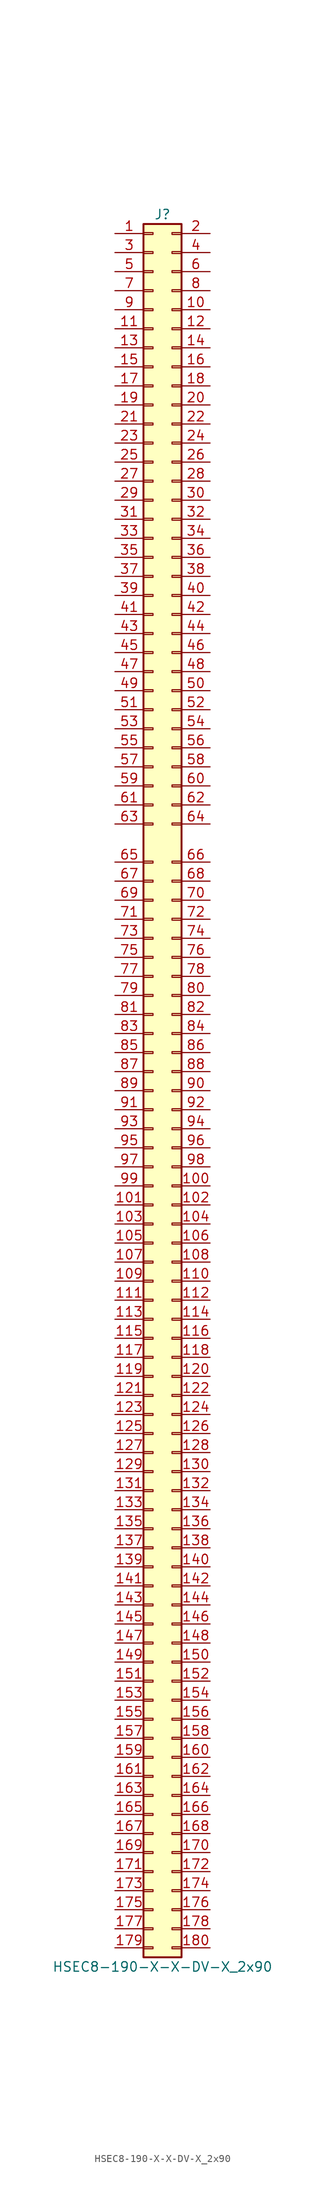
<source format=kicad_sym>
(kicad_symbol_lib
  (version 20231120)
  (generator "kicad_symbol_editor")
  (generator_version "8.0")
  (symbol "HSEC8-190-X-X-DV-X_2x90"
    (pin_names
      (offset 1.016) hide)
    (property "Reference" "J"
      (at 1.27 116.84 0)
      (effects (font (size 1.27 1.27))))
    (property "Value" "HSEC8-190-X-X-DV-X_2x90"
      (at 1.27 -116.84 0)
      (effects (font (size 1.27 1.27))))
    (property "ki_locked" ""
      (at 0 0 0)
      (effects (font (size 1.27 1.27))))
    (symbol "HSEC8-190-X-X-DV-X_2x90_1_1"
      (rectangle (start -1.27 -114.173) (end 0 -114.427) (stroke (width 0.152) (type default)) (fill (type none)))
      (rectangle (start -1.27 -111.633) (end 0 -111.887) (stroke (width 0.152) (type default)) (fill (type none)))
      (rectangle (start -1.27 -109.093) (end 0 -109.347) (stroke (width 0.152) (type default)) (fill (type none)))
      (rectangle (start -1.27 -106.553) (end 0 -106.807) (stroke (width 0.152) (type default)) (fill (type none)))
      (rectangle (start -1.27 -104.013) (end 0 -104.267) (stroke (width 0.152) (type default)) (fill (type none)))
      (rectangle (start -1.27 -101.473) (end 0 -101.727) (stroke (width 0.152) (type default)) (fill (type none)))
      (rectangle (start -1.27 -98.933) (end 0 -99.187) (stroke (width 0.152) (type default)) (fill (type none)))
      (rectangle (start -1.27 -96.393) (end 0 -96.647) (stroke (width 0.152) (type default)) (fill (type none)))
      (rectangle (start -1.27 -93.853) (end 0 -94.107) (stroke (width 0.152) (type default)) (fill (type none)))
      (rectangle (start -1.27 -91.313) (end 0 -91.567) (stroke (width 0.152) (type default)) (fill (type none)))
      (rectangle (start -1.27 -88.773) (end 0 -89.027) (stroke (width 0.152) (type default)) (fill (type none)))
      (rectangle (start -1.27 -86.233) (end 0 -86.487) (stroke (width 0.152) (type default)) (fill (type none)))
      (rectangle (start -1.27 -83.693) (end 0 -83.947) (stroke (width 0.152) (type default)) (fill (type none)))
      (rectangle (start -1.27 -81.153) (end 0 -81.407) (stroke (width 0.152) (type default)) (fill (type none)))
      (rectangle (start -1.27 -78.613) (end 0 -78.867) (stroke (width 0.152) (type default)) (fill (type none)))
      (rectangle (start -1.27 -76.073) (end 0 -76.327) (stroke (width 0.152) (type default)) (fill (type none)))
      (rectangle (start -1.27 -73.533) (end 0 -73.787) (stroke (width 0.152) (type default)) (fill (type none)))
      (rectangle (start -1.27 -70.993) (end 0 -71.247) (stroke (width 0.152) (type default)) (fill (type none)))
      (rectangle (start -1.27 -68.453) (end 0 -68.707) (stroke (width 0.152) (type default)) (fill (type none)))
      (rectangle (start -1.27 -65.913) (end 0 -66.167) (stroke (width 0.152) (type default)) (fill (type none)))
      (rectangle (start -1.27 -63.373) (end 0 -63.627) (stroke (width 0.152) (type default)) (fill (type none)))
      (rectangle (start -1.27 -60.833) (end 0 -61.087) (stroke (width 0.152) (type default)) (fill (type none)))
      (rectangle (start -1.27 -58.293) (end 0 -58.547) (stroke (width 0.152) (type default)) (fill (type none)))
      (rectangle (start -1.27 -55.753) (end 0 -56.007) (stroke (width 0.152) (type default)) (fill (type none)))
      (rectangle (start -1.27 -53.213) (end 0 -53.467) (stroke (width 0.152) (type default)) (fill (type none)))
      (rectangle (start -1.27 -50.673) (end 0 -50.927) (stroke (width 0.152) (type default)) (fill (type none)))
      (rectangle (start -1.27 -48.133) (end 0 -48.387) (stroke (width 0.152) (type default)) (fill (type none)))
      (rectangle (start -1.27 -45.593) (end 0 -45.847) (stroke (width 0.152) (type default)) (fill (type none)))
      (rectangle (start -1.27 -43.053) (end 0 -43.307) (stroke (width 0.152) (type default)) (fill (type none)))
      (rectangle (start -1.27 -40.513) (end 0 -40.767) (stroke (width 0.152) (type default)) (fill (type none)))
      (rectangle (start -1.27 -37.973) (end 0 -38.227) (stroke (width 0.152) (type default)) (fill (type none)))
      (rectangle (start -1.27 -35.433) (end 0 -35.687) (stroke (width 0.152) (type default)) (fill (type none)))
      (rectangle (start -1.27 -32.893) (end 0 -33.147) (stroke (width 0.152) (type default)) (fill (type none)))
      (rectangle (start -1.27 -30.353) (end 0 -30.607) (stroke (width 0.152) (type default)) (fill (type none)))
      (rectangle (start -1.27 -27.813) (end 0 -28.067) (stroke (width 0.152) (type default)) (fill (type none)))
      (rectangle (start -1.27 -25.273) (end 0 -25.527) (stroke (width 0.152) (type default)) (fill (type none)))
      (rectangle (start -1.27 -22.733) (end 0 -22.987) (stroke (width 0.152) (type default)) (fill (type none)))
      (rectangle (start -1.27 -20.193) (end 0 -20.447) (stroke (width 0.152) (type default)) (fill (type none)))
      (rectangle (start -1.27 -17.653) (end 0 -17.907) (stroke (width 0.152) (type default)) (fill (type none)))
      (rectangle (start -1.27 -15.113) (end 0 -15.367) (stroke (width 0.152) (type default)) (fill (type none)))
      (rectangle (start -1.27 -12.573) (end 0 -12.827) (stroke (width 0.152) (type default)) (fill (type none)))
      (rectangle (start -1.27 -10.033) (end 0 -10.287) (stroke (width 0.152) (type default)) (fill (type none)))
      (rectangle (start -1.27 -7.493) (end 0 -7.747) (stroke (width 0.152) (type default)) (fill (type none)))
      (rectangle (start -1.27 -4.953) (end 0 -5.207) (stroke (width 0.152) (type default)) (fill (type none)))
      (rectangle (start -1.27 -2.413) (end 0 -2.667) (stroke (width 0.152) (type default)) (fill (type none)))
      (rectangle (start -1.27 0.127) (end 0 -0.127) (stroke (width 0.152) (type default)) (fill (type none)))
      (rectangle (start -1.27 2.667) (end 0 2.413) (stroke (width 0.152) (type default)) (fill (type none)))
      (rectangle (start -1.27 5.207) (end 0 4.953) (stroke (width 0.152) (type default)) (fill (type none)))
      (rectangle (start -1.27 7.747) (end 0 7.493) (stroke (width 0.152) (type default)) (fill (type none)))
      (rectangle (start -1.27 10.287) (end 0 10.033) (stroke (width 0.152) (type default)) (fill (type none)))
      (rectangle (start -1.27 12.827) (end 0 12.573) (stroke (width 0.152) (type default)) (fill (type none)))
      (rectangle (start -1.27 15.367) (end 0 15.113) (stroke (width 0.152) (type default)) (fill (type none)))
      (rectangle (start -1.27 17.907) (end 0 17.653) (stroke (width 0.152) (type default)) (fill (type none)))
      (rectangle (start -1.27 20.447) (end 0 20.193) (stroke (width 0.152) (type default)) (fill (type none)))
      (rectangle (start -1.27 22.987) (end 0 22.733) (stroke (width 0.152) (type default)) (fill (type none)))
      (rectangle (start -1.27 25.527) (end 0 25.273) (stroke (width 0.152) (type default)) (fill (type none)))
      (rectangle (start -1.27 28.067) (end 0 27.813) (stroke (width 0.152) (type default)) (fill (type none)))
      (rectangle (start -1.27 30.607) (end 0 30.353) (stroke (width 0.152) (type default)) (fill (type none)))
      (rectangle (start -1.27 35.687) (end 0 35.433) (stroke (width 0.152) (type default)) (fill (type none)))
      (rectangle (start -1.27 38.227) (end 0 37.973) (stroke (width 0.152) (type default)) (fill (type none)))
      (rectangle (start -1.27 40.767) (end 0 40.513) (stroke (width 0.152) (type default)) (fill (type none)))
      (rectangle (start -1.27 43.307) (end 0 43.053) (stroke (width 0.152) (type default)) (fill (type none)))
      (rectangle (start -1.27 45.847) (end 0 45.593) (stroke (width 0.152) (type default)) (fill (type none)))
      (rectangle (start -1.27 48.387) (end 0 48.133) (stroke (width 0.152) (type default)) (fill (type none)))
      (rectangle (start -1.27 50.927) (end 0 50.673) (stroke (width 0.152) (type default)) (fill (type none)))
      (rectangle (start -1.27 53.467) (end 0 53.213) (stroke (width 0.152) (type default)) (fill (type none)))
      (rectangle (start -1.27 56.007) (end 0 55.753) (stroke (width 0.152) (type default)) (fill (type none)))
      (rectangle (start -1.27 58.547) (end 0 58.293) (stroke (width 0.152) (type default)) (fill (type none)))
      (rectangle (start -1.27 61.087) (end 0 60.833) (stroke (width 0.152) (type default)) (fill (type none)))
      (rectangle (start -1.27 63.627) (end 0 63.373) (stroke (width 0.152) (type default)) (fill (type none)))
      (rectangle (start -1.27 66.167) (end 0 65.913) (stroke (width 0.152) (type default)) (fill (type none)))
      (rectangle (start -1.27 68.707) (end 0 68.453) (stroke (width 0.152) (type default)) (fill (type none)))
      (rectangle (start -1.27 71.247) (end 0 70.993) (stroke (width 0.152) (type default)) (fill (type none)))
      (rectangle (start -1.27 73.787) (end 0 73.533) (stroke (width 0.152) (type default)) (fill (type none)))
      (rectangle (start -1.27 76.327) (end 0 76.073) (stroke (width 0.152) (type default)) (fill (type none)))
      (rectangle (start -1.27 78.867) (end 0 78.613) (stroke (width 0.152) (type default)) (fill (type none)))
      (rectangle (start -1.27 81.407) (end 0 81.153) (stroke (width 0.152) (type default)) (fill (type none)))
      (rectangle (start -1.27 83.947) (end 0 83.693) (stroke (width 0.152) (type default)) (fill (type none)))
      (rectangle (start -1.27 86.487) (end 0 86.233) (stroke (width 0.152) (type default)) (fill (type none)))
      (rectangle (start -1.27 89.027) (end 0 88.773) (stroke (width 0.152) (type default)) (fill (type none)))
      (rectangle (start -1.27 91.567) (end 0 91.313) (stroke (width 0.152) (type default)) (fill (type none)))
      (rectangle (start -1.27 94.107) (end 0 93.853) (stroke (width 0.152) (type default)) (fill (type none)))
      (rectangle (start -1.27 96.647) (end 0 96.393) (stroke (width 0.152) (type default)) (fill (type none)))
      (rectangle (start -1.27 99.187) (end 0 98.933) (stroke (width 0.152) (type default)) (fill (type none)))
      (rectangle (start -1.27 101.727) (end 0 101.473) (stroke (width 0.152) (type default)) (fill (type none)))
      (rectangle (start -1.27 104.267) (end 0 104.013) (stroke (width 0.152) (type default)) (fill (type none)))
      (rectangle (start -1.27 106.807) (end 0 106.553) (stroke (width 0.152) (type default)) (fill (type none)))
      (rectangle (start -1.27 109.347) (end 0 109.093) (stroke (width 0.152) (type default)) (fill (type none)))
      (rectangle (start -1.27 111.887) (end 0 111.633) (stroke (width 0.152) (type default)) (fill (type none)))
      (rectangle (start -1.27 114.427) (end 0 114.173) (stroke (width 0.152) (type default)) (fill (type none)))
      (rectangle (start -1.27 115.57) (end 3.81 -115.57) (stroke (width 0.254) (type default)) (fill (type background)))
      (rectangle (start 3.81 -114.173) (end 2.54 -114.427) (stroke (width 0.152) (type default)) (fill (type none)))
      (rectangle (start 3.81 -111.633) (end 2.54 -111.887) (stroke (width 0.152) (type default)) (fill (type none)))
      (rectangle (start 3.81 -109.093) (end 2.54 -109.347) (stroke (width 0.152) (type default)) (fill (type none)))
      (rectangle (start 3.81 -106.553) (end 2.54 -106.807) (stroke (width 0.152) (type default)) (fill (type none)))
      (rectangle (start 3.81 -104.013) (end 2.54 -104.267) (stroke (width 0.152) (type default)) (fill (type none)))
      (rectangle (start 3.81 -101.473) (end 2.54 -101.727) (stroke (width 0.152) (type default)) (fill (type none)))
      (rectangle (start 3.81 -98.933) (end 2.54 -99.187) (stroke (width 0.152) (type default)) (fill (type none)))
      (rectangle (start 3.81 -96.393) (end 2.54 -96.647) (stroke (width 0.152) (type default)) (fill (type none)))
      (rectangle (start 3.81 -93.853) (end 2.54 -94.107) (stroke (width 0.152) (type default)) (fill (type none)))
      (rectangle (start 3.81 -91.313) (end 2.54 -91.567) (stroke (width 0.152) (type default)) (fill (type none)))
      (rectangle (start 3.81 -88.773) (end 2.54 -89.027) (stroke (width 0.152) (type default)) (fill (type none)))
      (rectangle (start 3.81 -86.233) (end 2.54 -86.487) (stroke (width 0.152) (type default)) (fill (type none)))
      (rectangle (start 3.81 -83.693) (end 2.54 -83.947) (stroke (width 0.152) (type default)) (fill (type none)))
      (rectangle (start 3.81 -81.153) (end 2.54 -81.407) (stroke (width 0.152) (type default)) (fill (type none)))
      (rectangle (start 3.81 -78.613) (end 2.54 -78.867) (stroke (width 0.152) (type default)) (fill (type none)))
      (rectangle (start 3.81 -76.073) (end 2.54 -76.327) (stroke (width 0.152) (type default)) (fill (type none)))
      (rectangle (start 3.81 -73.533) (end 2.54 -73.787) (stroke (width 0.152) (type default)) (fill (type none)))
      (rectangle (start 3.81 -70.993) (end 2.54 -71.247) (stroke (width 0.152) (type default)) (fill (type none)))
      (rectangle (start 3.81 -68.453) (end 2.54 -68.707) (stroke (width 0.152) (type default)) (fill (type none)))
      (rectangle (start 3.81 -65.913) (end 2.54 -66.167) (stroke (width 0.152) (type default)) (fill (type none)))
      (rectangle (start 3.81 -63.373) (end 2.54 -63.627) (stroke (width 0.152) (type default)) (fill (type none)))
      (rectangle (start 3.81 -60.833) (end 2.54 -61.087) (stroke (width 0.152) (type default)) (fill (type none)))
      (rectangle (start 3.81 -58.293) (end 2.54 -58.547) (stroke (width 0.152) (type default)) (fill (type none)))
      (rectangle (start 3.81 -55.753) (end 2.54 -56.007) (stroke (width 0.152) (type default)) (fill (type none)))
      (rectangle (start 3.81 -53.213) (end 2.54 -53.467) (stroke (width 0.152) (type default)) (fill (type none)))
      (rectangle (start 3.81 -50.673) (end 2.54 -50.927) (stroke (width 0.152) (type default)) (fill (type none)))
      (rectangle (start 3.81 -48.133) (end 2.54 -48.387) (stroke (width 0.152) (type default)) (fill (type none)))
      (rectangle (start 3.81 -45.593) (end 2.54 -45.847) (stroke (width 0.152) (type default)) (fill (type none)))
      (rectangle (start 3.81 -43.053) (end 2.54 -43.307) (stroke (width 0.152) (type default)) (fill (type none)))
      (rectangle (start 3.81 -40.513) (end 2.54 -40.767) (stroke (width 0.152) (type default)) (fill (type none)))
      (rectangle (start 3.81 -37.973) (end 2.54 -38.227) (stroke (width 0.152) (type default)) (fill (type none)))
      (rectangle (start 3.81 -35.433) (end 2.54 -35.687) (stroke (width 0.152) (type default)) (fill (type none)))
      (rectangle (start 3.81 -32.893) (end 2.54 -33.147) (stroke (width 0.152) (type default)) (fill (type none)))
      (rectangle (start 3.81 -30.353) (end 2.54 -30.607) (stroke (width 0.152) (type default)) (fill (type none)))
      (rectangle (start 3.81 -27.813) (end 2.54 -28.067) (stroke (width 0.152) (type default)) (fill (type none)))
      (rectangle (start 3.81 -25.273) (end 2.54 -25.527) (stroke (width 0.152) (type default)) (fill (type none)))
      (rectangle (start 3.81 -22.733) (end 2.54 -22.987) (stroke (width 0.152) (type default)) (fill (type none)))
      (rectangle (start 3.81 -20.193) (end 2.54 -20.447) (stroke (width 0.152) (type default)) (fill (type none)))
      (rectangle (start 3.81 -17.653) (end 2.54 -17.907) (stroke (width 0.152) (type default)) (fill (type none)))
      (rectangle (start 3.81 -15.113) (end 2.54 -15.367) (stroke (width 0.152) (type default)) (fill (type none)))
      (rectangle (start 3.81 -12.573) (end 2.54 -12.827) (stroke (width 0.152) (type default)) (fill (type none)))
      (rectangle (start 3.81 -10.033) (end 2.54 -10.287) (stroke (width 0.152) (type default)) (fill (type none)))
      (rectangle (start 3.81 -7.493) (end 2.54 -7.747) (stroke (width 0.152) (type default)) (fill (type none)))
      (rectangle (start 3.81 -4.953) (end 2.54 -5.207) (stroke (width 0.152) (type default)) (fill (type none)))
      (rectangle (start 3.81 -2.413) (end 2.54 -2.667) (stroke (width 0.152) (type default)) (fill (type none)))
      (rectangle (start 3.81 0.127) (end 2.54 -0.127) (stroke (width 0.152) (type default)) (fill (type none)))
      (rectangle (start 3.81 2.667) (end 2.54 2.413) (stroke (width 0.152) (type default)) (fill (type none)))
      (rectangle (start 3.81 5.207) (end 2.54 4.953) (stroke (width 0.152) (type default)) (fill (type none)))
      (rectangle (start 3.81 7.747) (end 2.54 7.493) (stroke (width 0.152) (type default)) (fill (type none)))
      (rectangle (start 3.81 10.287) (end 2.54 10.033) (stroke (width 0.152) (type default)) (fill (type none)))
      (rectangle (start 3.81 12.827) (end 2.54 12.573) (stroke (width 0.152) (type default)) (fill (type none)))
      (rectangle (start 3.81 15.367) (end 2.54 15.113) (stroke (width 0.152) (type default)) (fill (type none)))
      (rectangle (start 3.81 17.907) (end 2.54 17.653) (stroke (width 0.152) (type default)) (fill (type none)))
      (rectangle (start 3.81 20.447) (end 2.54 20.193) (stroke (width 0.152) (type default)) (fill (type none)))
      (rectangle (start 3.81 22.987) (end 2.54 22.733) (stroke (width 0.152) (type default)) (fill (type none)))
      (rectangle (start 3.81 25.527) (end 2.54 25.273) (stroke (width 0.152) (type default)) (fill (type none)))
      (rectangle (start 3.81 28.067) (end 2.54 27.813) (stroke (width 0.152) (type default)) (fill (type none)))
      (rectangle (start 3.81 30.607) (end 2.54 30.353) (stroke (width 0.152) (type default)) (fill (type none)))
      (rectangle (start 3.81 35.687) (end 2.54 35.433) (stroke (width 0.152) (type default)) (fill (type none)))
      (rectangle (start 3.81 38.227) (end 2.54 37.973) (stroke (width 0.152) (type default)) (fill (type none)))
      (rectangle (start 3.81 40.767) (end 2.54 40.513) (stroke (width 0.152) (type default)) (fill (type none)))
      (rectangle (start 3.81 43.307) (end 2.54 43.053) (stroke (width 0.152) (type default)) (fill (type none)))
      (rectangle (start 3.81 45.847) (end 2.54 45.593) (stroke (width 0.152) (type default)) (fill (type none)))
      (rectangle (start 3.81 48.387) (end 2.54 48.133) (stroke (width 0.152) (type default)) (fill (type none)))
      (rectangle (start 3.81 50.927) (end 2.54 50.673) (stroke (width 0.152) (type default)) (fill (type none)))
      (rectangle (start 3.81 53.467) (end 2.54 53.213) (stroke (width 0.152) (type default)) (fill (type none)))
      (rectangle (start 3.81 56.007) (end 2.54 55.753) (stroke (width 0.152) (type default)) (fill (type none)))
      (rectangle (start 3.81 58.547) (end 2.54 58.293) (stroke (width 0.152) (type default)) (fill (type none)))
      (rectangle (start 3.81 61.087) (end 2.54 60.833) (stroke (width 0.152) (type default)) (fill (type none)))
      (rectangle (start 3.81 63.627) (end 2.54 63.373) (stroke (width 0.152) (type default)) (fill (type none)))
      (rectangle (start 3.81 66.167) (end 2.54 65.913) (stroke (width 0.152) (type default)) (fill (type none)))
      (rectangle (start 3.81 68.707) (end 2.54 68.453) (stroke (width 0.152) (type default)) (fill (type none)))
      (rectangle (start 3.81 71.247) (end 2.54 70.993) (stroke (width 0.152) (type default)) (fill (type none)))
      (rectangle (start 3.81 73.787) (end 2.54 73.533) (stroke (width 0.152) (type default)) (fill (type none)))
      (rectangle (start 3.81 76.327) (end 2.54 76.073) (stroke (width 0.152) (type default)) (fill (type none)))
      (rectangle (start 3.81 78.867) (end 2.54 78.613) (stroke (width 0.152) (type default)) (fill (type none)))
      (rectangle (start 3.81 81.407) (end 2.54 81.153) (stroke (width 0.152) (type default)) (fill (type none)))
      (rectangle (start 3.81 83.947) (end 2.54 83.693) (stroke (width 0.152) (type default)) (fill (type none)))
      (rectangle (start 3.81 86.487) (end 2.54 86.233) (stroke (width 0.152) (type default)) (fill (type none)))
      (rectangle (start 3.81 89.027) (end 2.54 88.773) (stroke (width 0.152) (type default)) (fill (type none)))
      (rectangle (start 3.81 91.567) (end 2.54 91.313) (stroke (width 0.152) (type default)) (fill (type none)))
      (rectangle (start 3.81 94.107) (end 2.54 93.853) (stroke (width 0.152) (type default)) (fill (type none)))
      (rectangle (start 3.81 96.647) (end 2.54 96.393) (stroke (width 0.152) (type default)) (fill (type none)))
      (rectangle (start 3.81 99.187) (end 2.54 98.933) (stroke (width 0.152) (type default)) (fill (type none)))
      (rectangle (start 3.81 101.727) (end 2.54 101.473) (stroke (width 0.152) (type default)) (fill (type none)))
      (rectangle (start 3.81 104.267) (end 2.54 104.013) (stroke (width 0.152) (type default)) (fill (type none)))
      (rectangle (start 3.81 106.807) (end 2.54 106.553) (stroke (width 0.152) (type default)) (fill (type none)))
      (rectangle (start 3.81 109.347) (end 2.54 109.093) (stroke (width 0.152) (type default)) (fill (type none)))
      (rectangle (start 3.81 111.887) (end 2.54 111.633) (stroke (width 0.152) (type default)) (fill (type none)))
      (rectangle (start 3.81 114.427) (end 2.54 114.173) (stroke (width 0.152) (type default)) (fill (type none)))
      (pin passive line (at -5.08 114.3 0) (length 3.81) (name "Pin_1" (effects (font (size 1.27 1.27)))) (number "1" (effects (font (size 1.27 1.27)))))
      (pin passive line (at 7.62 104.14 180) (length 3.81) (name "Pin_10" (effects (font (size 1.27 1.27)))) (number "10" (effects (font (size 1.27 1.27)))))
      (pin passive line (at 7.62 -12.7 180) (length 3.81) (name "Pin_100" (effects (font (size 1.27 1.27)))) (number "100" (effects (font (size 1.27 1.27)))))
      (pin passive line (at -5.08 -15.24 0) (length 3.81) (name "Pin_101" (effects (font (size 1.27 1.27)))) (number "101" (effects (font (size 1.27 1.27)))))
      (pin passive line (at 7.62 -15.24 180) (length 3.81) (name "Pin_102" (effects (font (size 1.27 1.27)))) (number "102" (effects (font (size 1.27 1.27)))))
      (pin passive line (at -5.08 -17.78 0) (length 3.81) (name "Pin_103" (effects (font (size 1.27 1.27)))) (number "103" (effects (font (size 1.27 1.27)))))
      (pin passive line (at 7.62 -17.78 180) (length 3.81) (name "Pin_104" (effects (font (size 1.27 1.27)))) (number "104" (effects (font (size 1.27 1.27)))))
      (pin passive line (at -5.08 -20.32 0) (length 3.81) (name "Pin_105" (effects (font (size 1.27 1.27)))) (number "105" (effects (font (size 1.27 1.27)))))
      (pin passive line (at 7.62 -20.32 180) (length 3.81) (name "Pin_106" (effects (font (size 1.27 1.27)))) (number "106" (effects (font (size 1.27 1.27)))))
      (pin passive line (at -5.08 -22.86 0) (length 3.81) (name "Pin_107" (effects (font (size 1.27 1.27)))) (number "107" (effects (font (size 1.27 1.27)))))
      (pin passive line (at 7.62 -22.86 180) (length 3.81) (name "Pin_108" (effects (font (size 1.27 1.27)))) (number "108" (effects (font (size 1.27 1.27)))))
      (pin passive line (at -5.08 -25.4 0) (length 3.81) (name "Pin_109" (effects (font (size 1.27 1.27)))) (number "109" (effects (font (size 1.27 1.27)))))
      (pin passive line (at -5.08 101.6 0) (length 3.81) (name "Pin_11" (effects (font (size 1.27 1.27)))) (number "11" (effects (font (size 1.27 1.27)))))
      (pin passive line (at 7.62 -25.4 180) (length 3.81) (name "Pin_110" (effects (font (size 1.27 1.27)))) (number "110" (effects (font (size 1.27 1.27)))))
      (pin passive line (at -5.08 -27.94 0) (length 3.81) (name "Pin_111" (effects (font (size 1.27 1.27)))) (number "111" (effects (font (size 1.27 1.27)))))
      (pin passive line (at 7.62 -27.94 180) (length 3.81) (name "Pin_112" (effects (font (size 1.27 1.27)))) (number "112" (effects (font (size 1.27 1.27)))))
      (pin passive line (at -5.08 -30.48 0) (length 3.81) (name "Pin_113" (effects (font (size 1.27 1.27)))) (number "113" (effects (font (size 1.27 1.27)))))
      (pin passive line (at 7.62 -30.48 180) (length 3.81) (name "Pin_114" (effects (font (size 1.27 1.27)))) (number "114" (effects (font (size 1.27 1.27)))))
      (pin passive line (at -5.08 -33.02 0) (length 3.81) (name "Pin_115" (effects (font (size 1.27 1.27)))) (number "115" (effects (font (size 1.27 1.27)))))
      (pin passive line (at 7.62 -33.02 180) (length 3.81) (name "Pin_116" (effects (font (size 1.27 1.27)))) (number "116" (effects (font (size 1.27 1.27)))))
      (pin passive line (at -5.08 -35.56 0) (length 3.81) (name "Pin_117" (effects (font (size 1.27 1.27)))) (number "117" (effects (font (size 1.27 1.27)))))
      (pin passive line (at 7.62 -35.56 180) (length 3.81) (name "Pin_118" (effects (font (size 1.27 1.27)))) (number "118" (effects (font (size 1.27 1.27)))))
      (pin passive line (at -5.08 -38.1 0) (length 3.81) (name "Pin_119" (effects (font (size 1.27 1.27)))) (number "119" (effects (font (size 1.27 1.27)))))
      (pin passive line (at 7.62 101.6 180) (length 3.81) (name "Pin_12" (effects (font (size 1.27 1.27)))) (number "12" (effects (font (size 1.27 1.27)))))
      (pin passive line (at 7.62 -38.1 180) (length 3.81) (name "Pin_120" (effects (font (size 1.27 1.27)))) (number "120" (effects (font (size 1.27 1.27)))))
      (pin passive line (at -5.08 -40.64 0) (length 3.81) (name "Pin_121" (effects (font (size 1.27 1.27)))) (number "121" (effects (font (size 1.27 1.27)))))
      (pin passive line (at 7.62 -40.64 180) (length 3.81) (name "Pin_122" (effects (font (size 1.27 1.27)))) (number "122" (effects (font (size 1.27 1.27)))))
      (pin passive line (at -5.08 -43.18 0) (length 3.81) (name "Pin_123" (effects (font (size 1.27 1.27)))) (number "123" (effects (font (size 1.27 1.27)))))
      (pin passive line (at 7.62 -43.18 180) (length 3.81) (name "Pin_124" (effects (font (size 1.27 1.27)))) (number "124" (effects (font (size 1.27 1.27)))))
      (pin passive line (at -5.08 -45.72 0) (length 3.81) (name "Pin_125" (effects (font (size 1.27 1.27)))) (number "125" (effects (font (size 1.27 1.27)))))
      (pin passive line (at 7.62 -45.72 180) (length 3.81) (name "Pin_126" (effects (font (size 1.27 1.27)))) (number "126" (effects (font (size 1.27 1.27)))))
      (pin passive line (at -5.08 -48.26 0) (length 3.81) (name "Pin_127" (effects (font (size 1.27 1.27)))) (number "127" (effects (font (size 1.27 1.27)))))
      (pin passive line (at 7.62 -48.26 180) (length 3.81) (name "Pin_128" (effects (font (size 1.27 1.27)))) (number "128" (effects (font (size 1.27 1.27)))))
      (pin passive line (at -5.08 -50.8 0) (length 3.81) (name "Pin_129" (effects (font (size 1.27 1.27)))) (number "129" (effects (font (size 1.27 1.27)))))
      (pin passive line (at -5.08 99.06 0) (length 3.81) (name "Pin_13" (effects (font (size 1.27 1.27)))) (number "13" (effects (font (size 1.27 1.27)))))
      (pin passive line (at 7.62 -50.8 180) (length 3.81) (name "Pin_130" (effects (font (size 1.27 1.27)))) (number "130" (effects (font (size 1.27 1.27)))))
      (pin passive line (at -5.08 -53.34 0) (length 3.81) (name "Pin_131" (effects (font (size 1.27 1.27)))) (number "131" (effects (font (size 1.27 1.27)))))
      (pin passive line (at 7.62 -53.34 180) (length 3.81) (name "Pin_132" (effects (font (size 1.27 1.27)))) (number "132" (effects (font (size 1.27 1.27)))))
      (pin passive line (at -5.08 -55.88 0) (length 3.81) (name "Pin_133" (effects (font (size 1.27 1.27)))) (number "133" (effects (font (size 1.27 1.27)))))
      (pin passive line (at 7.62 -55.88 180) (length 3.81) (name "Pin_134" (effects (font (size 1.27 1.27)))) (number "134" (effects (font (size 1.27 1.27)))))
      (pin passive line (at -5.08 -58.42 0) (length 3.81) (name "Pin_135" (effects (font (size 1.27 1.27)))) (number "135" (effects (font (size 1.27 1.27)))))
      (pin passive line (at 7.62 -58.42 180) (length 3.81) (name "Pin_136" (effects (font (size 1.27 1.27)))) (number "136" (effects (font (size 1.27 1.27)))))
      (pin passive line (at -5.08 -60.96 0) (length 3.81) (name "Pin_137" (effects (font (size 1.27 1.27)))) (number "137" (effects (font (size 1.27 1.27)))))
      (pin passive line (at 7.62 -60.96 180) (length 3.81) (name "Pin_138" (effects (font (size 1.27 1.27)))) (number "138" (effects (font (size 1.27 1.27)))))
      (pin passive line (at -5.08 -63.5 0) (length 3.81) (name "Pin_139" (effects (font (size 1.27 1.27)))) (number "139" (effects (font (size 1.27 1.27)))))
      (pin passive line (at 7.62 99.06 180) (length 3.81) (name "Pin_14" (effects (font (size 1.27 1.27)))) (number "14" (effects (font (size 1.27 1.27)))))
      (pin passive line (at 7.62 -63.5 180) (length 3.81) (name "Pin_140" (effects (font (size 1.27 1.27)))) (number "140" (effects (font (size 1.27 1.27)))))
      (pin passive line (at -5.08 -66.04 0) (length 3.81) (name "Pin_141" (effects (font (size 1.27 1.27)))) (number "141" (effects (font (size 1.27 1.27)))))
      (pin passive line (at 7.62 -66.04 180) (length 3.81) (name "Pin_142" (effects (font (size 1.27 1.27)))) (number "142" (effects (font (size 1.27 1.27)))))
      (pin passive line (at -5.08 -68.58 0) (length 3.81) (name "Pin_143" (effects (font (size 1.27 1.27)))) (number "143" (effects (font (size 1.27 1.27)))))
      (pin passive line (at 7.62 -68.58 180) (length 3.81) (name "Pin_144" (effects (font (size 1.27 1.27)))) (number "144" (effects (font (size 1.27 1.27)))))
      (pin passive line (at -5.08 -71.12 0) (length 3.81) (name "Pin_145" (effects (font (size 1.27 1.27)))) (number "145" (effects (font (size 1.27 1.27)))))
      (pin passive line (at 7.62 -71.12 180) (length 3.81) (name "Pin_146" (effects (font (size 1.27 1.27)))) (number "146" (effects (font (size 1.27 1.27)))))
      (pin passive line (at -5.08 -73.66 0) (length 3.81) (name "Pin_147" (effects (font (size 1.27 1.27)))) (number "147" (effects (font (size 1.27 1.27)))))
      (pin passive line (at 7.62 -73.66 180) (length 3.81) (name "Pin_148" (effects (font (size 1.27 1.27)))) (number "148" (effects (font (size 1.27 1.27)))))
      (pin passive line (at -5.08 -76.2 0) (length 3.81) (name "Pin_149" (effects (font (size 1.27 1.27)))) (number "149" (effects (font (size 1.27 1.27)))))
      (pin passive line (at -5.08 96.52 0) (length 3.81) (name "Pin_15" (effects (font (size 1.27 1.27)))) (number "15" (effects (font (size 1.27 1.27)))))
      (pin passive line (at 7.62 -76.2 180) (length 3.81) (name "Pin_150" (effects (font (size 1.27 1.27)))) (number "150" (effects (font (size 1.27 1.27)))))
      (pin passive line (at -5.08 -78.74 0) (length 3.81) (name "Pin_151" (effects (font (size 1.27 1.27)))) (number "151" (effects (font (size 1.27 1.27)))))
      (pin passive line (at 7.62 -78.74 180) (length 3.81) (name "Pin_152" (effects (font (size 1.27 1.27)))) (number "152" (effects (font (size 1.27 1.27)))))
      (pin passive line (at -5.08 -81.28 0) (length 3.81) (name "Pin_153" (effects (font (size 1.27 1.27)))) (number "153" (effects (font (size 1.27 1.27)))))
      (pin passive line (at 7.62 -81.28 180) (length 3.81) (name "Pin_154" (effects (font (size 1.27 1.27)))) (number "154" (effects (font (size 1.27 1.27)))))
      (pin passive line (at -5.08 -83.82 0) (length 3.81) (name "Pin_155" (effects (font (size 1.27 1.27)))) (number "155" (effects (font (size 1.27 1.27)))))
      (pin passive line (at 7.62 -83.82 180) (length 3.81) (name "Pin_156" (effects (font (size 1.27 1.27)))) (number "156" (effects (font (size 1.27 1.27)))))
      (pin passive line (at -5.08 -86.36 0) (length 3.81) (name "Pin_157" (effects (font (size 1.27 1.27)))) (number "157" (effects (font (size 1.27 1.27)))))
      (pin passive line (at 7.62 -86.36 180) (length 3.81) (name "Pin_158" (effects (font (size 1.27 1.27)))) (number "158" (effects (font (size 1.27 1.27)))))
      (pin passive line (at -5.08 -88.9 0) (length 3.81) (name "Pin_159" (effects (font (size 1.27 1.27)))) (number "159" (effects (font (size 1.27 1.27)))))
      (pin passive line (at 7.62 96.52 180) (length 3.81) (name "Pin_16" (effects (font (size 1.27 1.27)))) (number "16" (effects (font (size 1.27 1.27)))))
      (pin passive line (at 7.62 -88.9 180) (length 3.81) (name "Pin_160" (effects (font (size 1.27 1.27)))) (number "160" (effects (font (size 1.27 1.27)))))
      (pin passive line (at -5.08 -91.44 0) (length 3.81) (name "Pin_161" (effects (font (size 1.27 1.27)))) (number "161" (effects (font (size 1.27 1.27)))))
      (pin passive line (at 7.62 -91.44 180) (length 3.81) (name "Pin_162" (effects (font (size 1.27 1.27)))) (number "162" (effects (font (size 1.27 1.27)))))
      (pin passive line (at -5.08 -93.98 0) (length 3.81) (name "Pin_163" (effects (font (size 1.27 1.27)))) (number "163" (effects (font (size 1.27 1.27)))))
      (pin passive line (at 7.62 -93.98 180) (length 3.81) (name "Pin_164" (effects (font (size 1.27 1.27)))) (number "164" (effects (font (size 1.27 1.27)))))
      (pin passive line (at -5.08 -96.52 0) (length 3.81) (name "Pin_165" (effects (font (size 1.27 1.27)))) (number "165" (effects (font (size 1.27 1.27)))))
      (pin passive line (at 7.62 -96.52 180) (length 3.81) (name "Pin_166" (effects (font (size 1.27 1.27)))) (number "166" (effects (font (size 1.27 1.27)))))
      (pin passive line (at -5.08 -99.06 0) (length 3.81) (name "Pin_167" (effects (font (size 1.27 1.27)))) (number "167" (effects (font (size 1.27 1.27)))))
      (pin passive line (at 7.62 -99.06 180) (length 3.81) (name "Pin_168" (effects (font (size 1.27 1.27)))) (number "168" (effects (font (size 1.27 1.27)))))
      (pin passive line (at -5.08 -101.6 0) (length 3.81) (name "Pin_169" (effects (font (size 1.27 1.27)))) (number "169" (effects (font (size 1.27 1.27)))))
      (pin passive line (at -5.08 93.98 0) (length 3.81) (name "Pin_17" (effects (font (size 1.27 1.27)))) (number "17" (effects (font (size 1.27 1.27)))))
      (pin passive line (at 7.62 -101.6 180) (length 3.81) (name "Pin_170" (effects (font (size 1.27 1.27)))) (number "170" (effects (font (size 1.27 1.27)))))
      (pin passive line (at -5.08 -104.14 0) (length 3.81) (name "Pin_171" (effects (font (size 1.27 1.27)))) (number "171" (effects (font (size 1.27 1.27)))))
      (pin passive line (at 7.62 -104.14 180) (length 3.81) (name "Pin_172" (effects (font (size 1.27 1.27)))) (number "172" (effects (font (size 1.27 1.27)))))
      (pin passive line (at -5.08 -106.68 0) (length 3.81) (name "Pin_173" (effects (font (size 1.27 1.27)))) (number "173" (effects (font (size 1.27 1.27)))))
      (pin passive line (at 7.62 -106.68 180) (length 3.81) (name "Pin_174" (effects (font (size 1.27 1.27)))) (number "174" (effects (font (size 1.27 1.27)))))
      (pin passive line (at -5.08 -109.22 0) (length 3.81) (name "Pin_175" (effects (font (size 1.27 1.27)))) (number "175" (effects (font (size 1.27 1.27)))))
      (pin passive line (at 7.62 -109.22 180) (length 3.81) (name "Pin_176" (effects (font (size 1.27 1.27)))) (number "176" (effects (font (size 1.27 1.27)))))
      (pin passive line (at -5.08 -111.76 0) (length 3.81) (name "Pin_177" (effects (font (size 1.27 1.27)))) (number "177" (effects (font (size 1.27 1.27)))))
      (pin passive line (at 7.62 -111.76 180) (length 3.81) (name "Pin_178" (effects (font (size 1.27 1.27)))) (number "178" (effects (font (size 1.27 1.27)))))
      (pin passive line (at -5.08 -114.3 0) (length 3.81) (name "Pin_179" (effects (font (size 1.27 1.27)))) (number "179" (effects (font (size 1.27 1.27)))))
      (pin passive line (at 7.62 93.98 180) (length 3.81) (name "Pin_18" (effects (font (size 1.27 1.27)))) (number "18" (effects (font (size 1.27 1.27)))))
      (pin passive line (at 7.62 -114.3 180) (length 3.81) (name "Pin_180" (effects (font (size 1.27 1.27)))) (number "180" (effects (font (size 1.27 1.27)))))
      (pin passive line (at -5.08 91.44 0) (length 3.81) (name "Pin_19" (effects (font (size 1.27 1.27)))) (number "19" (effects (font (size 1.27 1.27)))))
      (pin passive line (at 7.62 114.3 180) (length 3.81) (name "Pin_2" (effects (font (size 1.27 1.27)))) (number "2" (effects (font (size 1.27 1.27)))))
      (pin passive line (at 7.62 91.44 180) (length 3.81) (name "Pin_20" (effects (font (size 1.27 1.27)))) (number "20" (effects (font (size 1.27 1.27)))))
      (pin passive line (at -5.08 88.9 0) (length 3.81) (name "Pin_21" (effects (font (size 1.27 1.27)))) (number "21" (effects (font (size 1.27 1.27)))))
      (pin passive line (at 7.62 88.9 180) (length 3.81) (name "Pin_22" (effects (font (size 1.27 1.27)))) (number "22" (effects (font (size 1.27 1.27)))))
      (pin passive line (at -5.08 86.36 0) (length 3.81) (name "Pin_23" (effects (font (size 1.27 1.27)))) (number "23" (effects (font (size 1.27 1.27)))))
      (pin passive line (at 7.62 86.36 180) (length 3.81) (name "Pin_24" (effects (font (size 1.27 1.27)))) (number "24" (effects (font (size 1.27 1.27)))))
      (pin passive line (at -5.08 83.82 0) (length 3.81) (name "Pin_25" (effects (font (size 1.27 1.27)))) (number "25" (effects (font (size 1.27 1.27)))))
      (pin passive line (at 7.62 83.82 180) (length 3.81) (name "Pin_26" (effects (font (size 1.27 1.27)))) (number "26" (effects (font (size 1.27 1.27)))))
      (pin passive line (at -5.08 81.28 0) (length 3.81) (name "Pin_27" (effects (font (size 1.27 1.27)))) (number "27" (effects (font (size 1.27 1.27)))))
      (pin passive line (at 7.62 81.28 180) (length 3.81) (name "Pin_28" (effects (font (size 1.27 1.27)))) (number "28" (effects (font (size 1.27 1.27)))))
      (pin passive line (at -5.08 78.74 0) (length 3.81) (name "Pin_29" (effects (font (size 1.27 1.27)))) (number "29" (effects (font (size 1.27 1.27)))))
      (pin passive line (at -5.08 111.76 0) (length 3.81) (name "Pin_3" (effects (font (size 1.27 1.27)))) (number "3" (effects (font (size 1.27 1.27)))))
      (pin passive line (at 7.62 78.74 180) (length 3.81) (name "Pin_30" (effects (font (size 1.27 1.27)))) (number "30" (effects (font (size 1.27 1.27)))))
      (pin passive line (at -5.08 76.2 0) (length 3.81) (name "Pin_31" (effects (font (size 1.27 1.27)))) (number "31" (effects (font (size 1.27 1.27)))))
      (pin passive line (at 7.62 76.2 180) (length 3.81) (name "Pin_32" (effects (font (size 1.27 1.27)))) (number "32" (effects (font (size 1.27 1.27)))))
      (pin passive line (at -5.08 73.66 0) (length 3.81) (name "Pin_33" (effects (font (size 1.27 1.27)))) (number "33" (effects (font (size 1.27 1.27)))))
      (pin passive line (at 7.62 73.66 180) (length 3.81) (name "Pin_34" (effects (font (size 1.27 1.27)))) (number "34" (effects (font (size 1.27 1.27)))))
      (pin passive line (at -5.08 71.12 0) (length 3.81) (name "Pin_35" (effects (font (size 1.27 1.27)))) (number "35" (effects (font (size 1.27 1.27)))))
      (pin passive line (at 7.62 71.12 180) (length 3.81) (name "Pin_36" (effects (font (size 1.27 1.27)))) (number "36" (effects (font (size 1.27 1.27)))))
      (pin passive line (at -5.08 68.58 0) (length 3.81) (name "Pin_37" (effects (font (size 1.27 1.27)))) (number "37" (effects (font (size 1.27 1.27)))))
      (pin passive line (at 7.62 68.58 180) (length 3.81) (name "Pin_38" (effects (font (size 1.27 1.27)))) (number "38" (effects (font (size 1.27 1.27)))))
      (pin passive line (at -5.08 66.04 0) (length 3.81) (name "Pin_39" (effects (font (size 1.27 1.27)))) (number "39" (effects (font (size 1.27 1.27)))))
      (pin passive line (at 7.62 111.76 180) (length 3.81) (name "Pin_4" (effects (font (size 1.27 1.27)))) (number "4" (effects (font (size 1.27 1.27)))))
      (pin passive line (at 7.62 66.04 180) (length 3.81) (name "Pin_40" (effects (font (size 1.27 1.27)))) (number "40" (effects (font (size 1.27 1.27)))))
      (pin passive line (at -5.08 63.5 0) (length 3.81) (name "Pin_41" (effects (font (size 1.27 1.27)))) (number "41" (effects (font (size 1.27 1.27)))))
      (pin passive line (at 7.62 63.5 180) (length 3.81) (name "Pin_42" (effects (font (size 1.27 1.27)))) (number "42" (effects (font (size 1.27 1.27)))))
      (pin passive line (at -5.08 60.96 0) (length 3.81) (name "Pin_43" (effects (font (size 1.27 1.27)))) (number "43" (effects (font (size 1.27 1.27)))))
      (pin passive line (at 7.62 60.96 180) (length 3.81) (name "Pin_44" (effects (font (size 1.27 1.27)))) (number "44" (effects (font (size 1.27 1.27)))))
      (pin passive line (at -5.08 58.42 0) (length 3.81) (name "Pin_45" (effects (font (size 1.27 1.27)))) (number "45" (effects (font (size 1.27 1.27)))))
      (pin passive line (at 7.62 58.42 180) (length 3.81) (name "Pin_46" (effects (font (size 1.27 1.27)))) (number "46" (effects (font (size 1.27 1.27)))))
      (pin passive line (at -5.08 55.88 0) (length 3.81) (name "Pin_47" (effects (font (size 1.27 1.27)))) (number "47" (effects (font (size 1.27 1.27)))))
      (pin passive line (at 7.62 55.88 180) (length 3.81) (name "Pin_48" (effects (font (size 1.27 1.27)))) (number "48" (effects (font (size 1.27 1.27)))))
      (pin passive line (at -5.08 53.34 0) (length 3.81) (name "Pin_49" (effects (font (size 1.27 1.27)))) (number "49" (effects (font (size 1.27 1.27)))))
      (pin passive line (at -5.08 109.22 0) (length 3.81) (name "Pin_5" (effects (font (size 1.27 1.27)))) (number "5" (effects (font (size 1.27 1.27)))))
      (pin passive line (at 7.62 53.34 180) (length 3.81) (name "Pin_50" (effects (font (size 1.27 1.27)))) (number "50" (effects (font (size 1.27 1.27)))))
      (pin passive line (at -5.08 50.8 0) (length 3.81) (name "Pin_51" (effects (font (size 1.27 1.27)))) (number "51" (effects (font (size 1.27 1.27)))))
      (pin passive line (at 7.62 50.8 180) (length 3.81) (name "Pin_52" (effects (font (size 1.27 1.27)))) (number "52" (effects (font (size 1.27 1.27)))))
      (pin passive line (at -5.08 48.26 0) (length 3.81) (name "Pin_53" (effects (font (size 1.27 1.27)))) (number "53" (effects (font (size 1.27 1.27)))))
      (pin passive line (at 7.62 48.26 180) (length 3.81) (name "Pin_54" (effects (font (size 1.27 1.27)))) (number "54" (effects (font (size 1.27 1.27)))))
      (pin passive line (at -5.08 45.72 0) (length 3.81) (name "Pin_55" (effects (font (size 1.27 1.27)))) (number "55" (effects (font (size 1.27 1.27)))))
      (pin passive line (at 7.62 45.72 180) (length 3.81) (name "Pin_56" (effects (font (size 1.27 1.27)))) (number "56" (effects (font (size 1.27 1.27)))))
      (pin passive line (at -5.08 43.18 0) (length 3.81) (name "Pin_57" (effects (font (size 1.27 1.27)))) (number "57" (effects (font (size 1.27 1.27)))))
      (pin passive line (at 7.62 43.18 180) (length 3.81) (name "Pin_58" (effects (font (size 1.27 1.27)))) (number "58" (effects (font (size 1.27 1.27)))))
      (pin passive line (at -5.08 40.64 0) (length 3.81) (name "Pin_59" (effects (font (size 1.27 1.27)))) (number "59" (effects (font (size 1.27 1.27)))))
      (pin passive line (at 7.62 109.22 180) (length 3.81) (name "Pin_6" (effects (font (size 1.27 1.27)))) (number "6" (effects (font (size 1.27 1.27)))))
      (pin passive line (at 7.62 40.64 180) (length 3.81) (name "Pin_60" (effects (font (size 1.27 1.27)))) (number "60" (effects (font (size 1.27 1.27)))))
      (pin passive line (at -5.08 38.1 0) (length 3.81) (name "Pin_61" (effects (font (size 1.27 1.27)))) (number "61" (effects (font (size 1.27 1.27)))))
      (pin passive line (at 7.62 38.1 180) (length 3.81) (name "Pin_62" (effects (font (size 1.27 1.27)))) (number "62" (effects (font (size 1.27 1.27)))))
      (pin passive line (at -5.08 35.56 0) (length 3.81) (name "Pin_63" (effects (font (size 1.27 1.27)))) (number "63" (effects (font (size 1.27 1.27)))))
      (pin passive line (at 7.62 35.56 180) (length 3.81) (name "Pin_64" (effects (font (size 1.27 1.27)))) (number "64" (effects (font (size 1.27 1.27)))))
      (pin passive line (at -5.08 30.48 0) (length 3.81) (name "Pin_65" (effects (font (size 1.27 1.27)))) (number "65" (effects (font (size 1.27 1.27)))))
      (pin passive line (at 7.62 30.48 180) (length 3.81) (name "Pin_66" (effects (font (size 1.27 1.27)))) (number "66" (effects (font (size 1.27 1.27)))))
      (pin passive line (at -5.08 27.94 0) (length 3.81) (name "Pin_67" (effects (font (size 1.27 1.27)))) (number "67" (effects (font (size 1.27 1.27)))))
      (pin passive line (at 7.62 27.94 180) (length 3.81) (name "Pin_68" (effects (font (size 1.27 1.27)))) (number "68" (effects (font (size 1.27 1.27)))))
      (pin passive line (at -5.08 25.4 0) (length 3.81) (name "Pin_69" (effects (font (size 1.27 1.27)))) (number "69" (effects (font (size 1.27 1.27)))))
      (pin passive line (at -5.08 106.68 0) (length 3.81) (name "Pin_7" (effects (font (size 1.27 1.27)))) (number "7" (effects (font (size 1.27 1.27)))))
      (pin passive line (at 7.62 25.4 180) (length 3.81) (name "Pin_70" (effects (font (size 1.27 1.27)))) (number "70" (effects (font (size 1.27 1.27)))))
      (pin passive line (at -5.08 22.86 0) (length 3.81) (name "Pin_71" (effects (font (size 1.27 1.27)))) (number "71" (effects (font (size 1.27 1.27)))))
      (pin passive line (at 7.62 22.86 180) (length 3.81) (name "Pin_72" (effects (font (size 1.27 1.27)))) (number "72" (effects (font (size 1.27 1.27)))))
      (pin passive line (at -5.08 20.32 0) (length 3.81) (name "Pin_73" (effects (font (size 1.27 1.27)))) (number "73" (effects (font (size 1.27 1.27)))))
      (pin passive line (at 7.62 20.32 180) (length 3.81) (name "Pin_74" (effects (font (size 1.27 1.27)))) (number "74" (effects (font (size 1.27 1.27)))))
      (pin passive line (at -5.08 17.78 0) (length 3.81) (name "Pin_75" (effects (font (size 1.27 1.27)))) (number "75" (effects (font (size 1.27 1.27)))))
      (pin passive line (at 7.62 17.78 180) (length 3.81) (name "Pin_76" (effects (font (size 1.27 1.27)))) (number "76" (effects (font (size 1.27 1.27)))))
      (pin passive line (at -5.08 15.24 0) (length 3.81) (name "Pin_77" (effects (font (size 1.27 1.27)))) (number "77" (effects (font (size 1.27 1.27)))))
      (pin passive line (at 7.62 15.24 180) (length 3.81) (name "Pin_78" (effects (font (size 1.27 1.27)))) (number "78" (effects (font (size 1.27 1.27)))))
      (pin passive line (at -5.08 12.7 0) (length 3.81) (name "Pin_79" (effects (font (size 1.27 1.27)))) (number "79" (effects (font (size 1.27 1.27)))))
      (pin passive line (at 7.62 106.68 180) (length 3.81) (name "Pin_8" (effects (font (size 1.27 1.27)))) (number "8" (effects (font (size 1.27 1.27)))))
      (pin passive line (at 7.62 12.7 180) (length 3.81) (name "Pin_80" (effects (font (size 1.27 1.27)))) (number "80" (effects (font (size 1.27 1.27)))))
      (pin passive line (at -5.08 10.16 0) (length 3.81) (name "Pin_81" (effects (font (size 1.27 1.27)))) (number "81" (effects (font (size 1.27 1.27)))))
      (pin passive line (at 7.62 10.16 180) (length 3.81) (name "Pin_82" (effects (font (size 1.27 1.27)))) (number "82" (effects (font (size 1.27 1.27)))))
      (pin passive line (at -5.08 7.62 0) (length 3.81) (name "Pin_83" (effects (font (size 1.27 1.27)))) (number "83" (effects (font (size 1.27 1.27)))))
      (pin passive line (at 7.62 7.62 180) (length 3.81) (name "Pin_84" (effects (font (size 1.27 1.27)))) (number "84" (effects (font (size 1.27 1.27)))))
      (pin passive line (at -5.08 5.08 0) (length 3.81) (name "Pin_85" (effects (font (size 1.27 1.27)))) (number "85" (effects (font (size 1.27 1.27)))))
      (pin passive line (at 7.62 5.08 180) (length 3.81) (name "Pin_86" (effects (font (size 1.27 1.27)))) (number "86" (effects (font (size 1.27 1.27)))))
      (pin passive line (at -5.08 2.54 0) (length 3.81) (name "Pin_87" (effects (font (size 1.27 1.27)))) (number "87" (effects (font (size 1.27 1.27)))))
      (pin passive line (at 7.62 2.54 180) (length 3.81) (name "Pin_88" (effects (font (size 1.27 1.27)))) (number "88" (effects (font (size 1.27 1.27)))))
      (pin passive line (at -5.08 0 0) (length 3.81) (name "Pin_89" (effects (font (size 1.27 1.27)))) (number "89" (effects (font (size 1.27 1.27)))))
      (pin passive line (at -5.08 104.14 0) (length 3.81) (name "Pin_9" (effects (font (size 1.27 1.27)))) (number "9" (effects (font (size 1.27 1.27)))))
      (pin passive line (at 7.62 0 180) (length 3.81) (name "Pin_90" (effects (font (size 1.27 1.27)))) (number "90" (effects (font (size 1.27 1.27)))))
      (pin passive line (at -5.08 -2.54 0) (length 3.81) (name "Pin_91" (effects (font (size 1.27 1.27)))) (number "91" (effects (font (size 1.27 1.27)))))
      (pin passive line (at 7.62 -2.54 180) (length 3.81) (name "Pin_92" (effects (font (size 1.27 1.27)))) (number "92" (effects (font (size 1.27 1.27)))))
      (pin passive line (at -5.08 -5.08 0) (length 3.81) (name "Pin_93" (effects (font (size 1.27 1.27)))) (number "93" (effects (font (size 1.27 1.27)))))
      (pin passive line (at 7.62 -5.08 180) (length 3.81) (name "Pin_94" (effects (font (size 1.27 1.27)))) (number "94" (effects (font (size 1.27 1.27)))))
      (pin passive line (at -5.08 -7.62 0) (length 3.81) (name "Pin_95" (effects (font (size 1.27 1.27)))) (number "95" (effects (font (size 1.27 1.27)))))
      (pin passive line (at 7.62 -7.62 180) (length 3.81) (name "Pin_96" (effects (font (size 1.27 1.27)))) (number "96" (effects (font (size 1.27 1.27)))))
      (pin passive line (at -5.08 -10.16 0) (length 3.81) (name "Pin_97" (effects (font (size 1.27 1.27)))) (number "97" (effects (font (size 1.27 1.27)))))
      (pin passive line (at 7.62 -10.16 180) (length 3.81) (name "Pin_98" (effects (font (size 1.27 1.27)))) (number "98" (effects (font (size 1.27 1.27)))))
      (pin passive line (at -5.08 -12.7 0) (length 3.81) (name "Pin_99" (effects (font (size 1.27 1.27)))) (number "99" (effects (font (size 1.27 1.27))))))))
</source>
